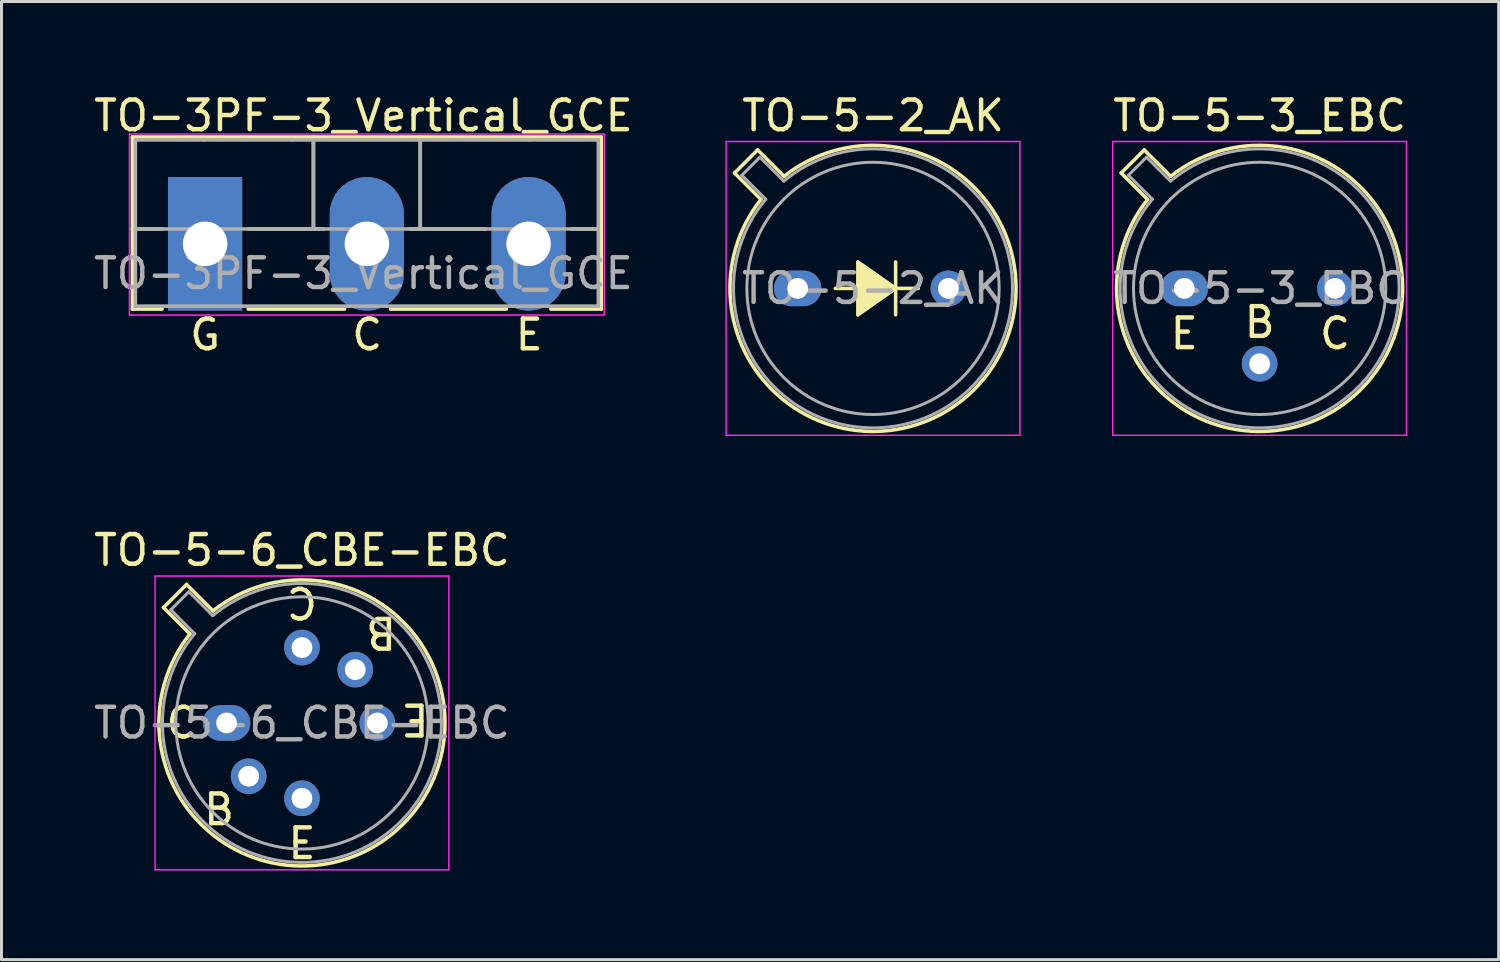
<source format=kicad_pcb>
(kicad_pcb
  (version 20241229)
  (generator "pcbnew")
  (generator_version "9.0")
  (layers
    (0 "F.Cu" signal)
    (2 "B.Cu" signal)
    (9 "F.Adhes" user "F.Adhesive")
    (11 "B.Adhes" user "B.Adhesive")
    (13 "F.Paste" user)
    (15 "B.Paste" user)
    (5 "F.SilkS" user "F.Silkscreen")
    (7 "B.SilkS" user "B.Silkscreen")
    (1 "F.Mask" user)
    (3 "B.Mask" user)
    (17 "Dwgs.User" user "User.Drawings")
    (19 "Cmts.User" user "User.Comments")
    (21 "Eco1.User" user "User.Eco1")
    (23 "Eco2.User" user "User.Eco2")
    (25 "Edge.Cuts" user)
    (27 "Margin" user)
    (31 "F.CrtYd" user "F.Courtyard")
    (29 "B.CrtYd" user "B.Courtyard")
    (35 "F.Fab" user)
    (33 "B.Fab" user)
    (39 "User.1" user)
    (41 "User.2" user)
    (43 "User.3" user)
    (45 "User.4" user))
  (footprint "TO-5-6_CBE-EBC"
    (layer "F.Cu")
    (at 4.585 21.311)
    (property "Reference" "TO-5-6_CBE-EBC" (at 2.54 -5.82 0) (layer "F.SilkS") (effects (font (size 1 1) (thickness 0.15))))
    (fp_line (start -2.126 -3.888) (end -1.235 -2.997) (stroke (width 0.12) (type solid)) (layer "F.SilkS"))
    (fp_line (start -1.348 -4.666) (end -2.126 -3.888) (stroke (width 0.12) (type solid)) (layer "F.SilkS"))
    (fp_line (start -0.457 -3.775) (end -1.348 -4.666) (stroke (width 0.12) (type solid)) (layer "F.SilkS"))
    (fp_arc (start -0.457084 -3.774902) (mid 5.948125 3.408384) (end -1.234674 -2.997371) (stroke (width 0.12) (type solid)) (layer "F.SilkS"))
    (fp_line (start -2.41 -4.95) (end -2.41 4.95) (stroke (width 0.05) (type solid)) (layer "F.CrtYd"))
    (fp_line (start -2.41 4.95) (end 7.49 4.95) (stroke (width 0.05) (type solid)) (layer "F.CrtYd"))
    (fp_line (start 7.49 -4.95) (end -2.41 -4.95) (stroke (width 0.05) (type solid)) (layer "F.CrtYd"))
    (fp_line (start 7.49 4.95) (end 7.49 -4.95) (stroke (width 0.05) (type solid)) (layer "F.CrtYd"))
    (fp_line (start -1.88 -3.812) (end -1.074 -3.005) (stroke (width 0.1) (type solid)) (layer "F.Fab"))
    (fp_line (start -1.272 -4.42) (end -1.88 -3.812) (stroke (width 0.1) (type solid)) (layer "F.Fab"))
    (fp_line (start -0.465 -3.614) (end -1.272 -4.42) (stroke (width 0.1) (type solid)) (layer "F.Fab"))
    (fp_arc (start -0.465408 -3.61352) (mid 5.863443 3.323361) (end -1.073594 -3.005319) (stroke (width 0.1) (type solid)) (layer "F.Fab"))
    (fp_circle (center 2.54 0) (end 6.79 0) (stroke (width 0.1) (type solid)) (fill no) (layer "F.Fab"))
    (fp_text user "E" (at 2.54 4.064 0) (unlocked yes) (layer "F.SilkS") (effects (font (size 1 1) (thickness 0.15))))
    (fp_text user "C" (at -1.524 0 0) (unlocked yes) (layer "F.SilkS") (effects (font (size 1 1) (thickness 0.15))))
    (fp_text user "B" (at -0.254 2.921 0) (unlocked yes) (layer "F.SilkS") (effects (font (size 1 1) (thickness 0.15))))
    (fp_text user "C" (at 2.54 -4.064 180) (unlocked yes) (layer "F.SilkS") (effects (font (size 1 1) (thickness 0.15))))
    (fp_text user "B" (at 5.207 -3.048 180) (unlocked yes) (layer "F.SilkS") (effects (font (size 1 1) (thickness 0.15))))
    (fp_text user "E" (at 6.35 -0.127 180) (unlocked yes) (layer "F.SilkS") (effects (font (size 1 1) (thickness 0.15))))
    (fp_text user "${REFERENCE}" (at 2.54 0 0) (layer "F.Fab") (effects (font (size 1 1) (thickness 0.15))))
    (pad "1" thru_hole oval (at 0 0) (size 1.6 1.2) (drill 0.7) (layers "*.Cu" "*.Mask"))
    (pad "2" thru_hole oval (at 0.744 1.796) (size 1.2 1.2) (drill 0.7) (layers "*.Cu" "*.Mask"))
    (pad "3" thru_hole oval (at 2.54 2.54) (size 1.2 1.2) (drill 0.7) (layers "*.Cu" "*.Mask"))
    (pad "4" thru_hole oval (at 5.08 0) (size 1.2 1.2) (drill 0.7) (layers "*.Cu" "*.Mask"))
    (pad "5" thru_hole oval (at 4.336 -1.796) (size 1.2 1.2) (drill 0.7) (layers "*.Cu" "*.Mask"))
    (pad "6" thru_hole oval (at 2.54 -2.54) (size 1.2 1.2) (drill 0.7) (layers "*.Cu" "*.Mask")))
  (footprint "TO-3PF-3_Vertical_GCE"
    (layer "F.Cu")
    (at 3.862 5.166)
    (property "Reference" "TO-3PF-3_Vertical_GCE" (at 5.334 -4.318 0) (layer "F.SilkS") (effects (font (size 1 1) (thickness 0.15))))
    (fp_line (start -2.45 -3.6) (end -2.45 2.2) (stroke (width 0.12) (type solid)) (layer "F.SilkS"))
    (fp_line (start -2.45 2.2) (end -1.45 2.2) (stroke (width 0.12) (type solid)) (layer "F.SilkS"))
    (fp_line (start -1.45 -0.5) (end -2.45 -0.5) (stroke (width 0.12) (type solid)) (layer "F.SilkS"))
    (fp_line (start 1.45 2.2) (end 4.7 2.2) (stroke (width 0.12) (type solid)) (layer "F.SilkS"))
    (fp_line (start 3.65 -3.6) (end 3.65 -0.5) (stroke (width 0.12) (type solid)) (layer "F.SilkS"))
    (fp_line (start 3.65 -0.5) (end 1.45 -0.5) (stroke (width 0.12) (type solid)) (layer "F.SilkS"))
    (fp_line (start 3.65 -0.5) (end 4 -0.5) (stroke (width 0.12) (type solid)) (layer "F.SilkS"))
    (fp_line (start 6.25 2.2) (end 10.15 2.2) (stroke (width 0.12) (type solid)) (layer "F.SilkS"))
    (fp_line (start 7.25 -0.5) (end 7.25 -3.6) (stroke (width 0.12) (type solid)) (layer "F.SilkS"))
    (fp_line (start 9.2 -0.5) (end 6.9 -0.5) (stroke (width 0.12) (type solid)) (layer "F.SilkS"))
    (fp_line (start 9.45 -0.5) (end 9.2 -0.5) (stroke (width 0.12) (type solid)) (layer "F.SilkS"))
    (fp_line (start 11.65 2.2) (end 13.35 2.2) (stroke (width 0.12) (type solid)) (layer "F.SilkS"))
    (fp_line (start 13.35 -3.6) (end -2.45 -3.6) (stroke (width 0.12) (type solid)) (layer "F.SilkS"))
    (fp_line (start 13.35 -0.5) (end 12.35 -0.5) (stroke (width 0.12) (type solid)) (layer "F.SilkS"))
    (fp_line (start 13.35 2.2) (end 13.35 -3.6) (stroke (width 0.12) (type solid)) (layer "F.SilkS"))
    (fp_line (start -2.55 -3.7) (end -2.55 2.4) (stroke (width 0.05) (type solid)) (layer "F.CrtYd"))
    (fp_line (start -2.55 2.4) (end 13.45 2.4) (stroke (width 0.05) (type solid)) (layer "F.CrtYd"))
    (fp_line (start 13.45 -3.7) (end -2.55 -3.7) (stroke (width 0.05) (type solid)) (layer "F.CrtYd"))
    (fp_line (start 13.45 2.4) (end 13.45 -3.7) (stroke (width 0.05) (type solid)) (layer "F.CrtYd"))
    (fp_line (start -2.35 -3.5) (end -2.35 2.1) (stroke (width 0.12) (type solid)) (layer "F.Fab"))
    (fp_line (start -2.35 2.1) (end 13.25 2.1) (stroke (width 0.12) (type solid)) (layer "F.Fab"))
    (fp_line (start -0.05 -3.5) (end -2.35 -3.5) (stroke (width 0.12) (type solid)) (layer "F.Fab"))
    (fp_line (start 2.95 -3.5) (end -0.05 -3.5) (stroke (width 0.12) (type solid)) (layer "F.Fab"))
    (fp_line (start 3.65 -3.5) (end 3.65 -0.5) (stroke (width 0.12) (type solid)) (layer "F.Fab"))
    (fp_line (start 7.25 -3.5) (end 7.25 -0.5) (stroke (width 0.12) (type solid)) (layer "F.Fab"))
    (fp_line (start 10.85 -0.5) (end -2.35 -0.5) (stroke (width 0.12) (type solid)) (layer "F.Fab"))
    (fp_line (start 10.85 -0.5) (end 13.25 -0.5) (stroke (width 0.12) (type solid)) (layer "F.Fab"))
    (fp_line (start 10.95 -3.5) (end 2.95 -3.5) (stroke (width 0.12) (type solid)) (layer "F.Fab"))
    (fp_line (start 13.25 -3.5) (end 10.95 -3.5) (stroke (width 0.12) (type solid)) (layer "F.Fab"))
    (fp_line (start 13.25 2.1) (end 13.25 -3.5) (stroke (width 0.12) (type solid)) (layer "F.Fab"))
    (fp_text user "E" (at 10.922 3.064 0) (unlocked yes) (layer "F.SilkS") (effects (font (size 1 1) (thickness 0.15))))
    (fp_text user "G" (at 0 3.064 0) (unlocked yes) (layer "F.SilkS") (effects (font (size 1 1) (thickness 0.15))))
    (fp_text user "C" (at 5.461 3.064 0) (unlocked yes) (layer "F.SilkS") (effects (font (size 1 1) (thickness 0.15))))
    (fp_text user "${REFERENCE}" (at 5.334 1 0) (layer "F.Fab") (effects (font (size 1 1) (thickness 0.15))))
    (pad "1" thru_hole rect (at 0 0) (size 2.5 4.5) (drill 1.5) (layers "*.Cu" "*.Mask"))
    (pad "2" thru_hole oval (at 5.45 0) (size 2.5 4.5) (drill 1.5) (layers "*.Cu" "*.Mask"))
    (pad "3" thru_hole oval (at 10.9 0) (size 2.5 4.5) (drill 1.5) (layers "*.Cu" "*.Mask")))
  (footprint "TO-5-3_EBC"
    (layer "F.Cu")
    (at 36.856 6.668)
    (property "Reference" "TO-5-3_EBC" (at 2.54 -5.82 0) (layer "F.SilkS") (effects (font (size 1 1) (thickness 0.15))))
    (fp_line (start -2.126 -3.888) (end -1.235 -2.997) (stroke (width 0.12) (type solid)) (layer "F.SilkS"))
    (fp_line (start -1.348 -4.666) (end -2.126 -3.888) (stroke (width 0.12) (type solid)) (layer "F.SilkS"))
    (fp_line (start -0.457 -3.775) (end -1.348 -4.666) (stroke (width 0.12) (type solid)) (layer "F.SilkS"))
    (fp_arc (start -0.457084 -3.774902) (mid 5.948125 3.408384) (end -1.234674 -2.997371) (stroke (width 0.12) (type solid)) (layer "F.SilkS"))
    (fp_line (start -2.41 -4.95) (end -2.41 4.95) (stroke (width 0.05) (type solid)) (layer "F.CrtYd"))
    (fp_line (start -2.41 4.95) (end 7.49 4.95) (stroke (width 0.05) (type solid)) (layer "F.CrtYd"))
    (fp_line (start 7.49 -4.95) (end -2.41 -4.95) (stroke (width 0.05) (type solid)) (layer "F.CrtYd"))
    (fp_line (start 7.49 4.95) (end 7.49 -4.95) (stroke (width 0.05) (type solid)) (layer "F.CrtYd"))
    (fp_line (start -1.88 -3.812) (end -1.074 -3.005) (stroke (width 0.1) (type solid)) (layer "F.Fab"))
    (fp_line (start -1.272 -4.42) (end -1.88 -3.812) (stroke (width 0.1) (type solid)) (layer "F.Fab"))
    (fp_line (start -0.465 -3.614) (end -1.272 -4.42) (stroke (width 0.1) (type solid)) (layer "F.Fab"))
    (fp_arc (start -0.465408 -3.61352) (mid 5.863443 3.323361) (end -1.073594 -3.005319) (stroke (width 0.1) (type solid)) (layer "F.Fab"))
    (fp_circle (center 2.54 0) (end 6.79 0) (stroke (width 0.1) (type solid)) (fill no) (layer "F.Fab"))
    (fp_text user "C" (at 5.08 1.524 0) (unlocked yes) (layer "F.SilkS") (effects (font (size 1 1) (thickness 0.15))))
    (fp_text user "E" (at 0 1.524 0) (unlocked yes) (layer "F.SilkS") (effects (font (size 1 1) (thickness 0.15))))
    (fp_text user "B" (at 2.54 1.143 0) (unlocked yes) (layer "F.SilkS") (effects (font (size 1 1) (thickness 0.15))))
    (fp_text user "${REFERENCE}" (at 2.54 0 0) (layer "F.Fab") (effects (font (size 1 1) (thickness 0.15))))
    (pad "1" thru_hole oval (at 0 0) (size 1.6 1.2) (drill 0.7) (layers "*.Cu" "*.Mask"))
    (pad "2" thru_hole oval (at 2.54 2.54) (size 1.2 1.2) (drill 0.7) (layers "*.Cu" "*.Mask"))
    (pad "3" thru_hole oval (at 5.08 0) (size 1.2 1.2) (drill 0.7) (layers "*.Cu" "*.Mask")))
  (footprint "TO-5-2_AK"
    (layer "F.Cu")
    (at 23.828 6.668)
    (property "Reference" "TO-5-2_AK" (at 2.54 -5.82 0) (layer "F.SilkS") (effects (font (size 1 1) (thickness 0.15))))
    (attr through_hole)
    (fp_line (start -2.126 -3.888) (end -1.235 -2.997) (stroke (width 0.12) (type solid)) (layer "F.SilkS"))
    (fp_line (start -1.348 -4.666) (end -2.126 -3.888) (stroke (width 0.12) (type solid)) (layer "F.SilkS"))
    (fp_line (start -0.457 -3.775) (end -1.348 -4.666) (stroke (width 0.12) (type solid)) (layer "F.SilkS"))
    (fp_line (start 1.27 0) (end 2.032 0) (stroke (width 0.12) (type solid)) (layer "F.SilkS"))
    (fp_line (start 2.032 -0.889) (end 3.302 0) (stroke (width 0.12) (type solid)) (layer "F.SilkS"))
    (fp_line (start 2.032 0.889) (end 2.032 -0.889) (stroke (width 0.12) (type solid)) (layer "F.SilkS"))
    (fp_line (start 3.302 -0.889) (end 3.302 0.889) (stroke (width 0.12) (type solid)) (layer "F.SilkS"))
    (fp_line (start 3.302 0) (end 2.032 0.889) (stroke (width 0.12) (type solid)) (layer "F.SilkS"))
    (fp_line (start 3.302 0) (end 4.064 0) (stroke (width 0.12) (type solid)) (layer "F.SilkS"))
    (fp_arc (start -0.457084 -3.774902) (mid 5.948125 3.408384) (end -1.234674 -2.997371) (stroke (width 0.12) (type solid)) (layer "F.SilkS"))
    (fp_poly (pts (xy 3.302 0) (xy 2.032 0.889) (xy 2.032 -0.889)) (stroke (width 0.1) (type solid)) (fill yes) (layer "F.SilkS"))
    (fp_line (start -2.41 -4.95) (end -2.41 4.95) (stroke (width 0.05) (type solid)) (layer "F.CrtYd"))
    (fp_line (start -2.41 4.95) (end 7.49 4.95) (stroke (width 0.05) (type solid)) (layer "F.CrtYd"))
    (fp_line (start 7.49 -4.95) (end -2.41 -4.95) (stroke (width 0.05) (type solid)) (layer "F.CrtYd"))
    (fp_line (start 7.49 4.95) (end 7.49 -4.95) (stroke (width 0.05) (type solid)) (layer "F.CrtYd"))
    (fp_line (start -1.88 -3.812) (end -1.074 -3.005) (stroke (width 0.1) (type solid)) (layer "F.Fab"))
    (fp_line (start -1.272 -4.42) (end -1.88 -3.812) (stroke (width 0.1) (type solid)) (layer "F.Fab"))
    (fp_line (start -0.465 -3.614) (end -1.272 -4.42) (stroke (width 0.1) (type solid)) (layer "F.Fab"))
    (fp_arc (start -0.465408 -3.61352) (mid 5.863443 3.323361) (end -1.073594 -3.005319) (stroke (width 0.1) (type solid)) (layer "F.Fab"))
    (fp_circle (center 2.54 0) (end 6.79 0) (stroke (width 0.1) (type solid)) (fill no) (layer "F.Fab"))
    (fp_text user "${REFERENCE}" (at 2.54 0 0) (layer "F.Fab") (effects (font (size 1 1) (thickness 0.15))))
    (pad "1" thru_hole oval (at 0 0) (size 1.6 1.2) (drill 0.7) (layers "*.Cu" "*.Mask"))
    (pad "2" thru_hole oval (at 5.08 0) (size 1.2 1.2) (drill 0.7) (layers "*.Cu" "*.Mask")))
  (gr_rect
    (start -3 -3)
    (end 47.45 29.287)
    (stroke (width 0.1) (type default))
    (fill no)
    (layer "Edge.Cuts")))
</source>
